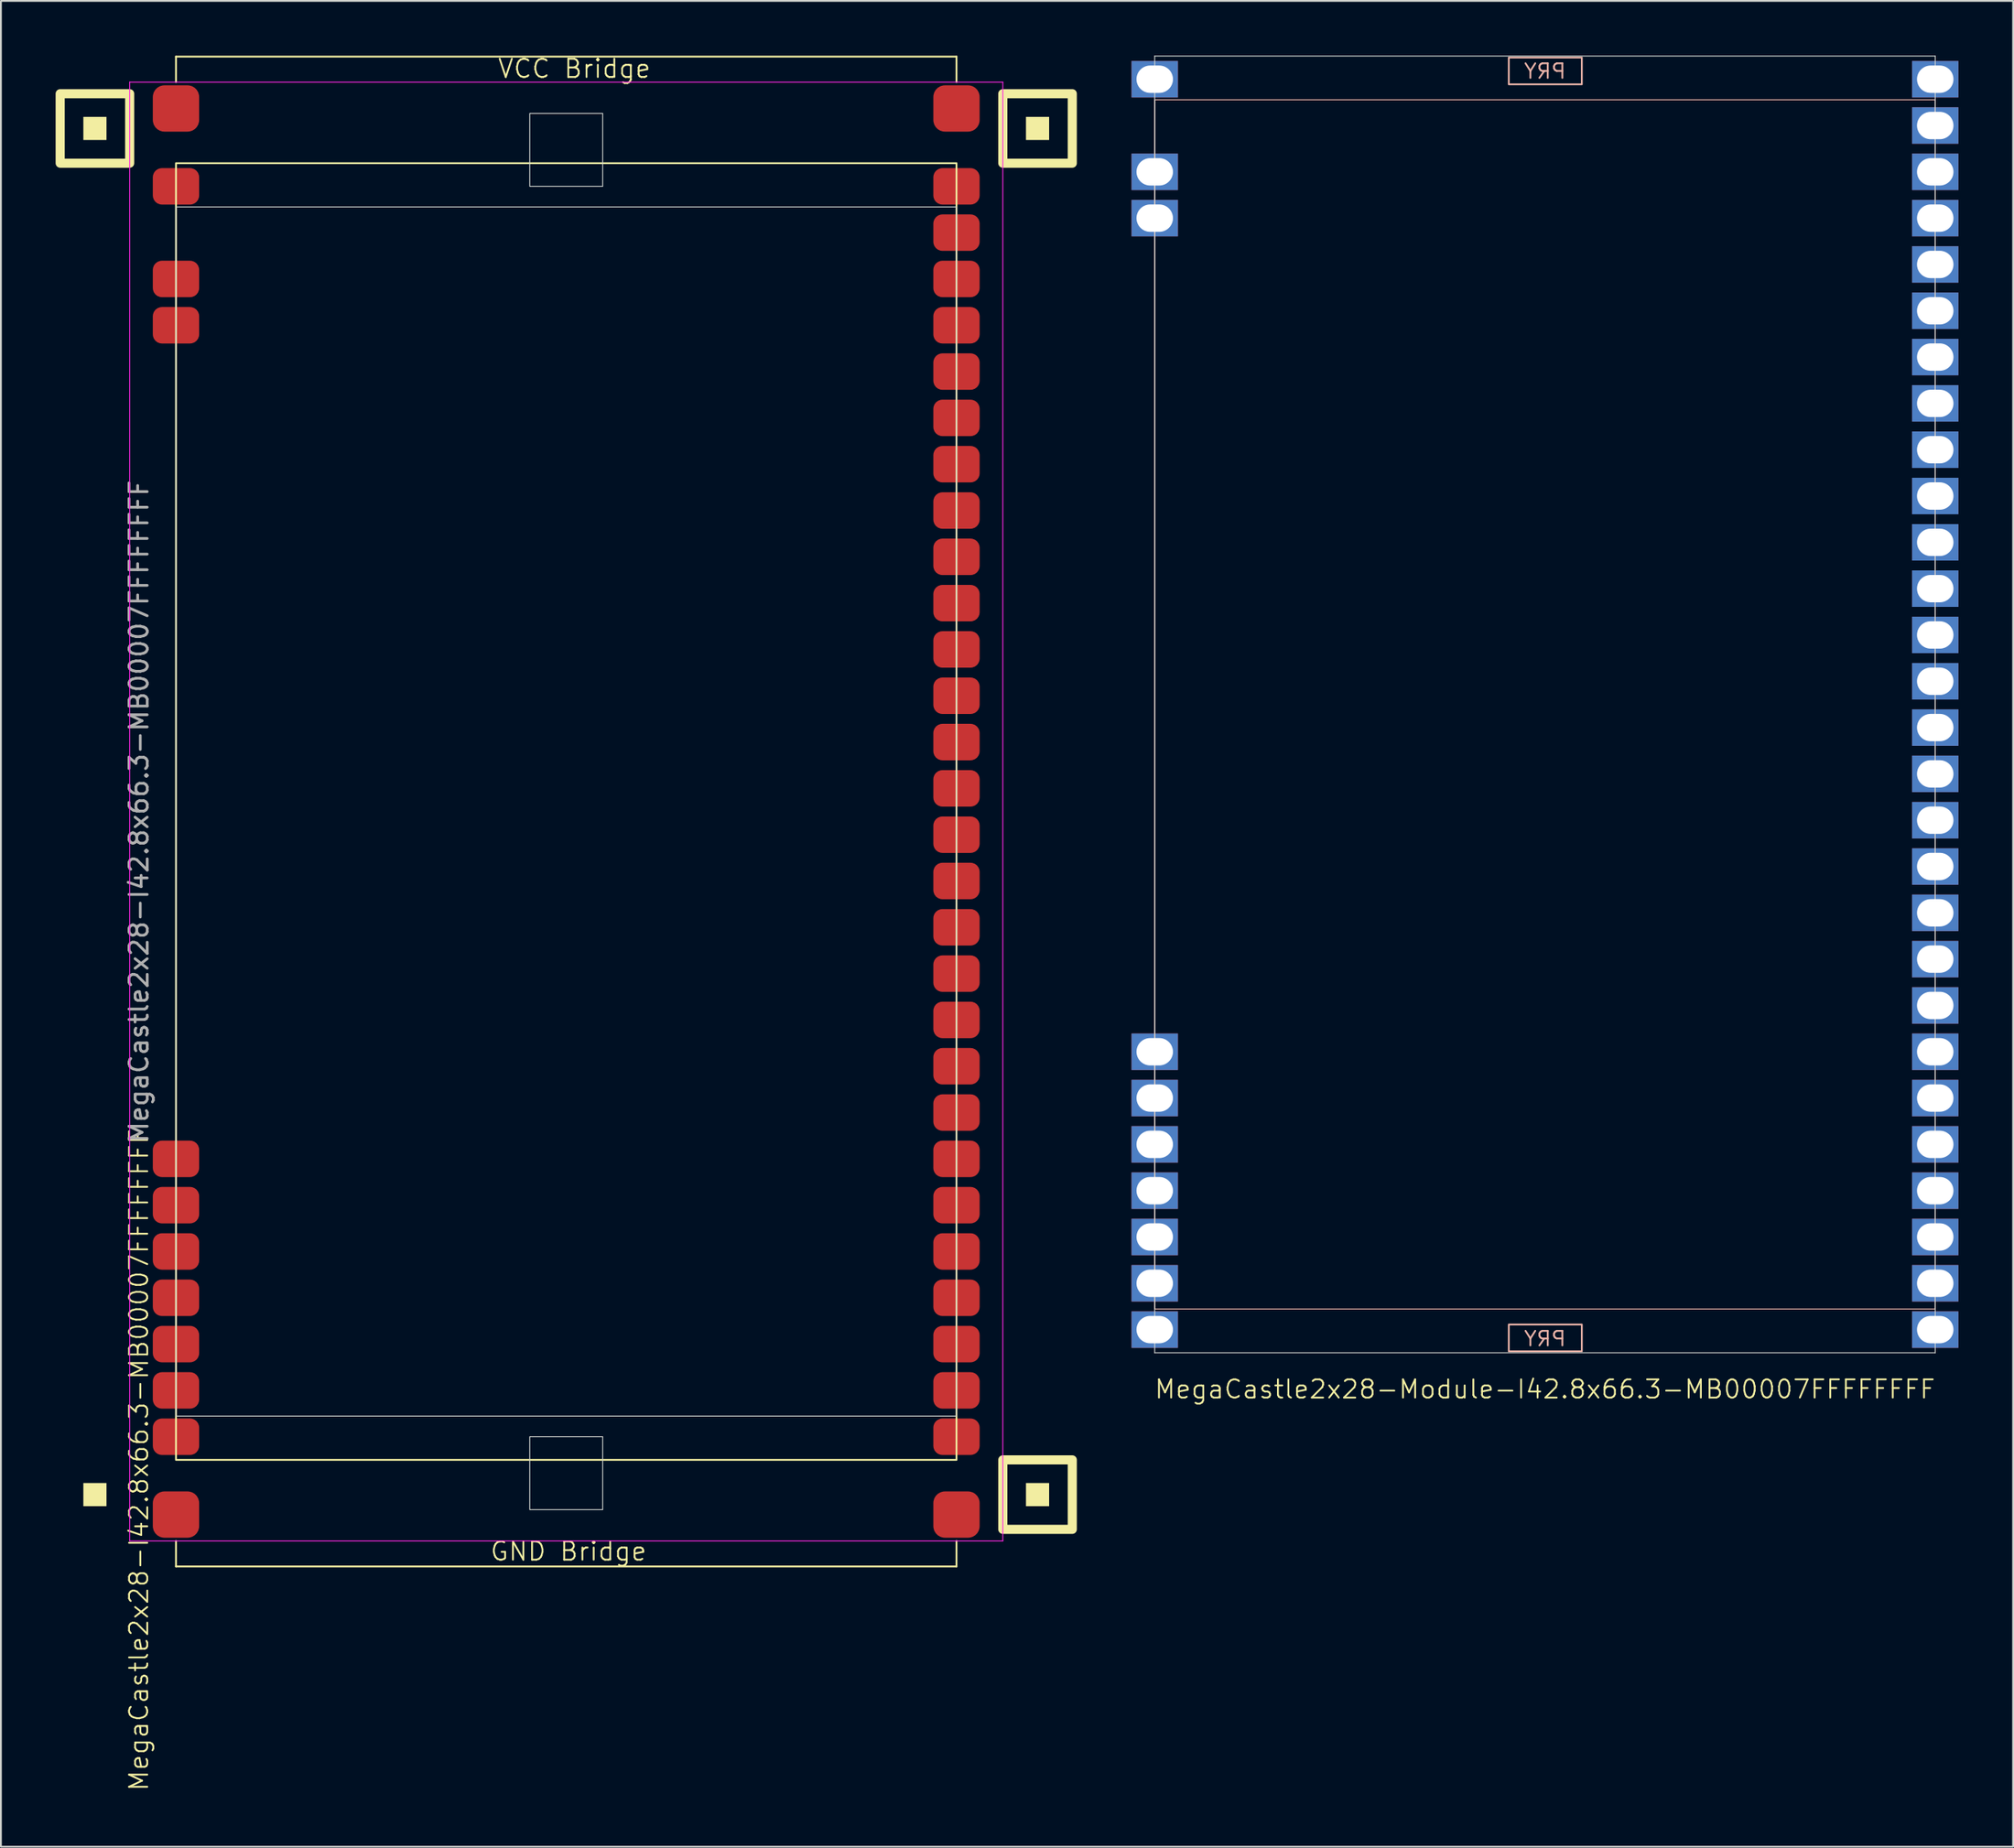
<source format=kicad_pcb>
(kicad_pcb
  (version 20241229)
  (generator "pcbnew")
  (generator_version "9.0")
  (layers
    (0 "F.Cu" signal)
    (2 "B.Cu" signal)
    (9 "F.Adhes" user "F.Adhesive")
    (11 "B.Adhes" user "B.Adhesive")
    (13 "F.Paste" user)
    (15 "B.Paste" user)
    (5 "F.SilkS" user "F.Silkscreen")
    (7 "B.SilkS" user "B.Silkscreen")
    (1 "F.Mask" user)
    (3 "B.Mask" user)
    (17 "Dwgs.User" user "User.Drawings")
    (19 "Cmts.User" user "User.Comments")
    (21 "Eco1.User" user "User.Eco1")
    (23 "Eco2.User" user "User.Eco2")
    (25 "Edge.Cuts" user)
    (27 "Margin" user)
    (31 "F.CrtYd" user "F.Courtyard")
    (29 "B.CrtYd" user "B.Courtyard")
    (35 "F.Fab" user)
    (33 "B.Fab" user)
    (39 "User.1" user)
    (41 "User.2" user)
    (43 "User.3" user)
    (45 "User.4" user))
  (footprint "MegaCastle2x28-Module-I42.8x66.3-MB00007FFFFFFFF"
    (layer "F.Cu")
    (at 81.67 35.585)
    (property "Reference" "MegaCastle2x28-Module-I42.8x66.3-MB00007FFFFFFFF" (at 0 37.56 0) (unlocked yes) (layer "F.SilkS") (effects (font (size 1 1) (thickness 0.1))))
    (attr smd)
    (fp_rect (start -21.4 33.16) (end 21.4 -33.16) (stroke (width 0.05) (type default)) (fill no) (layer "B.SilkS"))
    (fp_rect (start -1.984 -34.011) (end 2.02 -35.48) (stroke (width 0.1) (type default)) (fill no) (layer "B.SilkS"))
    (fp_rect (start -1.984 34.011) (end 2.02 35.48) (stroke (width 0.1) (type default)) (fill no) (layer "B.SilkS"))
    (fp_line (start -21.4 -35.56) (end -21.4 35.56) (stroke (width 0.05) (type default)) (layer "Edge.Cuts"))
    (fp_line (start -21.4 -35.56) (end 21.4 -35.56) (stroke (width 0.05) (type default)) (layer "Edge.Cuts"))
    (fp_line (start -21.4 35.56) (end 21.4 35.56) (stroke (width 0.05) (type default)) (layer "Edge.Cuts"))
    (fp_line (start 21.4 -35.56) (end 21.4 35.56) (stroke (width 0.05) (type default)) (layer "Edge.Cuts"))
    (fp_text user "PRY" (at 0 35.26 0) (unlocked yes) (layer "B.SilkS") (effects (font (size 0.8 0.8) (thickness 0.1)) (justify bottom mirror)))
    (fp_text user "PRY" (at 0 -34.26 0) (unlocked yes) (layer "B.SilkS") (effects (font (size 0.8 0.8) (thickness 0.1)) (justify bottom mirror)))
    (pad "1" thru_hole rect (at -21.4 -34.29) (size 2.54 2) (drill oval 2 1.5) (property pad_prop_castellated) (layers "*.Cu" "*.Mask"))
    (pad "3" thru_hole rect (at -21.4 -29.21) (size 2.54 2) (drill oval 2 1.5) (property pad_prop_castellated) (layers "*.Cu" "*.Mask"))
    (pad "4" thru_hole rect (at -21.4 -26.67) (size 2.54 2) (drill oval 2 1.5) (property pad_prop_castellated) (layers "*.Cu" "*.Mask"))
    (pad "22" thru_hole rect (at -21.4 19.05) (size 2.54 2) (drill oval 2 1.5) (property pad_prop_castellated) (layers "*.Cu" "*.Mask"))
    (pad "23" thru_hole rect (at -21.4 21.59) (size 2.54 2) (drill oval 2 1.5) (property pad_prop_castellated) (layers "*.Cu" "*.Mask"))
    (pad "24" thru_hole rect (at -21.4 24.13) (size 2.54 2) (drill oval 2 1.5) (property pad_prop_castellated) (layers "*.Cu" "*.Mask"))
    (pad "25" thru_hole rect (at -21.4 26.67) (size 2.54 2) (drill oval 2 1.5) (property pad_prop_castellated) (layers "*.Cu" "*.Mask"))
    (pad "26" thru_hole rect (at -21.4 29.21) (size 2.54 2) (drill oval 2 1.5) (property pad_prop_castellated) (layers "*.Cu" "*.Mask"))
    (pad "27" thru_hole rect (at -21.4 31.75) (size 2.54 2) (drill oval 2 1.5) (property pad_prop_castellated) (layers "*.Cu" "*.Mask"))
    (pad "28" thru_hole rect (at -21.4 34.29) (size 2.54 2) (drill oval 2 1.5) (property pad_prop_castellated) (layers "*.Cu" "*.Mask"))
    (pad "29" thru_hole rect (at 21.4 -34.29) (size 2.54 2) (drill oval 2 1.5) (property pad_prop_castellated) (layers "*.Cu" "*.Mask"))
    (pad "30" thru_hole rect (at 21.4 -31.75) (size 2.54 2) (drill oval 2 1.5) (property pad_prop_castellated) (layers "*.Cu" "*.Mask"))
    (pad "31" thru_hole rect (at 21.4 -29.21) (size 2.54 2) (drill oval 2 1.5) (property pad_prop_castellated) (layers "*.Cu" "*.Mask"))
    (pad "32" thru_hole rect (at 21.4 -26.67) (size 2.54 2) (drill oval 2 1.5) (property pad_prop_castellated) (layers "*.Cu" "*.Mask"))
    (pad "33" thru_hole rect (at 21.4 -24.13) (size 2.54 2) (drill oval 2 1.5) (property pad_prop_castellated) (layers "*.Cu" "*.Mask"))
    (pad "34" thru_hole rect (at 21.4 -21.59) (size 2.54 2) (drill oval 2 1.5) (property pad_prop_castellated) (layers "*.Cu" "*.Mask"))
    (pad "35" thru_hole rect (at 21.4 -19.05) (size 2.54 2) (drill oval 2 1.5) (property pad_prop_castellated) (layers "*.Cu" "*.Mask"))
    (pad "36" thru_hole rect (at 21.4 -16.51) (size 2.54 2) (drill oval 2 1.5) (property pad_prop_castellated) (layers "*.Cu" "*.Mask"))
    (pad "37" thru_hole rect (at 21.4 -13.97) (size 2.54 2) (drill oval 2 1.5) (property pad_prop_castellated) (layers "*.Cu" "*.Mask"))
    (pad "38" thru_hole rect (at 21.4 -11.43) (size 2.54 2) (drill oval 2 1.5) (property pad_prop_castellated) (layers "*.Cu" "*.Mask"))
    (pad "39" thru_hole rect (at 21.4 -8.89) (size 2.54 2) (drill oval 2 1.5) (property pad_prop_castellated) (layers "*.Cu" "*.Mask"))
    (pad "40" thru_hole rect (at 21.4 -6.35) (size 2.54 2) (drill oval 2 1.5) (property pad_prop_castellated) (layers "*.Cu" "*.Mask"))
    (pad "41" thru_hole rect (at 21.4 -3.81) (size 2.54 2) (drill oval 2 1.5) (property pad_prop_castellated) (layers "*.Cu" "*.Mask"))
    (pad "42" thru_hole rect (at 21.4 -1.27) (size 2.54 2) (drill oval 2 1.5) (property pad_prop_castellated) (layers "*.Cu" "*.Mask"))
    (pad "43" thru_hole rect (at 21.4 1.27) (size 2.54 2) (drill oval 2 1.5) (property pad_prop_castellated) (layers "*.Cu" "*.Mask"))
    (pad "44" thru_hole rect (at 21.4 3.81) (size 2.54 2) (drill oval 2 1.5) (property pad_prop_castellated) (layers "*.Cu" "*.Mask"))
    (pad "45" thru_hole rect (at 21.4 6.35) (size 2.54 2) (drill oval 2 1.5) (property pad_prop_castellated) (layers "*.Cu" "*.Mask"))
    (pad "46" thru_hole rect (at 21.4 8.89) (size 2.54 2) (drill oval 2 1.5) (property pad_prop_castellated) (layers "*.Cu" "*.Mask"))
    (pad "47" thru_hole rect (at 21.4 11.43) (size 2.54 2) (drill oval 2 1.5) (property pad_prop_castellated) (layers "*.Cu" "*.Mask"))
    (pad "48" thru_hole rect (at 21.4 13.97) (size 2.54 2) (drill oval 2 1.5) (property pad_prop_castellated) (layers "*.Cu" "*.Mask"))
    (pad "49" thru_hole rect (at 21.4 16.51) (size 2.54 2) (drill oval 2 1.5) (property pad_prop_castellated) (layers "*.Cu" "*.Mask"))
    (pad "50" thru_hole rect (at 21.4 19.05) (size 2.54 2) (drill oval 2 1.5) (property pad_prop_castellated) (layers "*.Cu" "*.Mask"))
    (pad "51" thru_hole rect (at 21.4 21.59) (size 2.54 2) (drill oval 2 1.5) (property pad_prop_castellated) (layers "*.Cu" "*.Mask"))
    (pad "52" thru_hole rect (at 21.4 24.13) (size 2.54 2) (drill oval 2 1.5) (property pad_prop_castellated) (layers "*.Cu" "*.Mask"))
    (pad "53" thru_hole rect (at 21.4 26.67) (size 2.54 2) (drill oval 2 1.5) (property pad_prop_castellated) (layers "*.Cu" "*.Mask"))
    (pad "54" thru_hole rect (at 21.4 29.21) (size 2.54 2) (drill oval 2 1.5) (property pad_prop_castellated) (layers "*.Cu" "*.Mask"))
    (pad "55" thru_hole rect (at 21.4 31.75) (size 2.54 2) (drill oval 2 1.5) (property pad_prop_castellated) (layers "*.Cu" "*.Mask"))
    (pad "56" thru_hole rect (at 21.4 34.29) (size 2.54 2) (drill oval 2 1.5) (property pad_prop_castellated) (layers "*.Cu" "*.Mask"))
    (zone (net_name "") (layer "B.Cu") (hatch edge 0.5) (connect_pads) (min_thickness 0.25) (filled_areas_thickness no) (keepout (tracks allowed) (vias allowed) (pads allowed) (copperpour allowed) (footprints not_allowed)) (placement (enabled no)) (fill) (polygon (pts (xy 60.27 71.145) (xy 60.27 0.025))))
    (zone (net_name "") (layer "B.Cu") (hatch edge 0.5) (connect_pads) (min_thickness 0.25) (filled_areas_thickness no) (keepout (tracks allowed) (vias allowed) (pads allowed) (copperpour allowed) (footprints not_allowed)) (placement (enabled no)) (fill) (polygon (pts (xy 103.07 71.145) (xy 103.07 0.025))))
    (zone (net_name "") (layer "B.Cu") (hatch edge 0.5) (connect_pads) (min_thickness 0.25) (filled_areas_thickness no) (keepout (tracks allowed) (vias allowed) (pads allowed) (copperpour allowed) (footprints not_allowed)) (placement (enabled no)) (fill) (polygon (pts (xy 60.27 0.025) (xy 60.27 2.425) (xy 103.07 2.425) (xy 103.07 0.025))))
    (zone (net_name "") (layer "B.Cu") (hatch edge 0.5) (connect_pads) (min_thickness 0.25) (filled_areas_thickness no) (keepout (tracks allowed) (vias allowed) (pads allowed) (copperpour allowed) (footprints not_allowed)) (placement (enabled no)) (fill) (polygon (pts (xy 60.27 71.145) (xy 60.27 68.745) (xy 103.07 68.745) (xy 103.07 71.145))))
    (zone (net_name "") (layer "B.Cu") (name "Upper Pry Zone") (hatch edge 0.5) (connect_pads) (min_thickness 0.25) (filled_areas_thickness no) (keepout (tracks not_allowed) (vias not_allowed) (pads not_allowed) (copperpour allowed) (footprints not_allowed)) (placement (enabled no)) (fill) (polygon (pts (xy 79.686 1.574) (xy 79.686 0.105) (xy 83.69 0.105) (xy 83.69 1.574))))
    (zone (net_name "") (layer "B.Cu") (name "Upper Pry Zone") (hatch edge 0.5) (connect_pads) (min_thickness 0.25) (filled_areas_thickness no) (keepout (tracks not_allowed) (vias not_allowed) (pads not_allowed) (copperpour allowed) (footprints not_allowed)) (placement (enabled no)) (fill) (polygon (pts (xy 79.686 69.596) (xy 79.686 71.065) (xy 83.69 71.065) (xy 83.69 69.596)))))
  (footprint "MegaCastle2x28-I42.8x66.3-MB00007FFFFFFFF"
    (layer "F.Cu")
    (at 28 41.46)
    (property "Reference" "MegaCastle2x28-I42.8x66.3-MB00007FFFFFFFF" (at -23.432 35.56 90) (unlocked yes) (layer "F.SilkS") (effects (font (size 1 1) (thickness 0.1))))
    (attr smd)
    (fp_line (start -21.4 -41.405) (end 21.4 -41.405) (stroke (width 0.1) (type default)) (layer "F.SilkS"))
    (fp_line (start -21.4 -40.005) (end -21.4 -41.405) (stroke (width 0.1) (type default)) (layer "F.SilkS"))
    (fp_line (start -21.4 40.005) (end -21.4 41.405) (stroke (width 0.1) (type default)) (layer "F.SilkS"))
    (fp_line (start -21.4 41.405) (end 21.4 41.405) (stroke (width 0.1) (type default)) (layer "F.SilkS"))
    (fp_line (start 21.4 -40.005) (end 21.4 -41.405) (stroke (width 0.1) (type default)) (layer "F.SilkS"))
    (fp_line (start 21.4 40.005) (end 21.4 41.405) (stroke (width 0.1) (type default)) (layer "F.SilkS"))
    (fp_rect (start -25.21 -36.83) (end -26.48 -38.1) (stroke (width 0) (type solid)) (fill yes) (layer "F.SilkS"))
    (fp_rect (start -25.21 38.1) (end -26.48 36.83) (stroke (width 0) (type solid)) (fill yes) (layer "F.SilkS"))
    (fp_rect (start -23.94 -35.56) (end -27.75 -39.37) (stroke (width 0.5) (type default)) (fill no) (layer "F.SilkS"))
    (fp_rect (start -21.4 -35.56) (end 21.4 35.56) (stroke (width 0.1) (type default)) (fill no) (layer "F.SilkS"))
    (fp_rect (start 26.48 -36.83) (end 25.21 -38.1) (stroke (width 0) (type solid)) (fill yes) (layer "F.SilkS"))
    (fp_rect (start 26.48 38.1) (end 25.21 36.83) (stroke (width 0) (type solid)) (fill yes) (layer "F.SilkS"))
    (fp_rect (start 27.75 -35.56) (end 23.94 -39.37) (stroke (width 0.5) (type default)) (fill no) (layer "F.SilkS"))
    (fp_rect (start 27.75 39.37) (end 23.94 35.56) (stroke (width 0.5) (type default)) (fill no) (layer "F.SilkS"))
    (fp_rect (start -21.4 -33.16) (end 21.4 33.16) (stroke (width 0.05) (type default)) (fill no) (layer "Edge.Cuts"))
    (fp_rect (start -2 -34.29) (end 2 -38.29) (stroke (width 0.05) (type default)) (fill no) (layer "Edge.Cuts"))
    (fp_rect (start -2 34.29) (end 2 38.29) (stroke (width 0.05) (type default)) (fill no) (layer "Edge.Cuts"))
    (fp_line (start -23.94 -40.005) (end -23.94 40.005) (stroke (width 0.05) (type default)) (layer "F.CrtYd"))
    (fp_line (start -23.94 40.005) (end 23.94 40.005) (stroke (width 0.05) (type default)) (layer "F.CrtYd"))
    (fp_line (start 23.94 -40.005) (end -23.94 -40.005) (stroke (width 0.05) (type default)) (layer "F.CrtYd"))
    (fp_line (start 23.94 -40.005) (end 23.94 40.005) (stroke (width 0.05) (type default)) (layer "F.CrtYd"))
    (fp_text user "VCC Bridge" (at -3.81 -40.16 0) (unlocked yes) (layer "F.SilkS") (effects (font (size 1 1) (thickness 0.1)) (justify left bottom)))
    (fp_text user "GND Bridge" (at -4.226 41.16 0) (unlocked yes) (layer "F.SilkS") (effects (font (size 1 1) (thickness 0.1)) (justify left bottom)))
    (fp_text user "${REFERENCE}" (at -23.432 0 90) (unlocked yes) (layer "F.Fab") (effects (font (size 1 1) (thickness 0.15))))
    (pad "1" smd roundrect (at -21.4 -34.29) (size 2.54 2) (layers "F.Cu" "F.Mask" "F.Paste") (roundrect_rratio 0.25))
    (pad "3" smd roundrect (at -21.4 -29.21) (size 2.54 2) (layers "F.Cu" "F.Mask" "F.Paste") (roundrect_rratio 0.25))
    (pad "4" smd roundrect (at -21.4 -26.67) (size 2.54 2) (layers "F.Cu" "F.Mask" "F.Paste") (roundrect_rratio 0.25))
    (pad "22" smd roundrect (at -21.4 19.05) (size 2.54 2) (layers "F.Cu" "F.Mask" "F.Paste") (roundrect_rratio 0.25))
    (pad "23" smd roundrect (at -21.4 21.59) (size 2.54 2) (layers "F.Cu" "F.Mask" "F.Paste") (roundrect_rratio 0.25))
    (pad "24" smd roundrect (at -21.4 24.13) (size 2.54 2) (layers "F.Cu" "F.Mask" "F.Paste") (roundrect_rratio 0.25))
    (pad "25" smd roundrect (at -21.4 26.67) (size 2.54 2) (layers "F.Cu" "F.Mask" "F.Paste") (roundrect_rratio 0.25))
    (pad "26" smd roundrect (at -21.4 29.21) (size 2.54 2) (layers "F.Cu" "F.Mask" "F.Paste") (roundrect_rratio 0.25))
    (pad "27" smd roundrect (at -21.4 31.75) (size 2.54 2) (layers "F.Cu" "F.Mask" "F.Paste") (roundrect_rratio 0.25))
    (pad "28" smd roundrect (at -21.4 34.29) (size 2.54 2) (layers "F.Cu" "F.Mask" "F.Paste") (roundrect_rratio 0.25))
    (pad "29" smd roundrect (at 21.4 -34.29) (size 2.54 2) (layers "F.Cu" "F.Mask" "F.Paste") (roundrect_rratio 0.25))
    (pad "30" smd roundrect (at 21.4 -31.75) (size 2.54 2) (layers "F.Cu" "F.Mask" "F.Paste") (roundrect_rratio 0.25))
    (pad "31" smd roundrect (at 21.4 -29.21) (size 2.54 2) (layers "F.Cu" "F.Mask" "F.Paste") (roundrect_rratio 0.25))
    (pad "32" smd roundrect (at 21.4 -26.67) (size 2.54 2) (layers "F.Cu" "F.Mask" "F.Paste") (roundrect_rratio 0.25))
    (pad "33" smd roundrect (at 21.4 -24.13) (size 2.54 2) (layers "F.Cu" "F.Mask" "F.Paste") (roundrect_rratio 0.25))
    (pad "34" smd roundrect (at 21.4 -21.59) (size 2.54 2) (layers "F.Cu" "F.Mask" "F.Paste") (roundrect_rratio 0.25))
    (pad "35" smd roundrect (at 21.4 -19.05) (size 2.54 2) (layers "F.Cu" "F.Mask" "F.Paste") (roundrect_rratio 0.25))
    (pad "36" smd roundrect (at 21.4 -16.51) (size 2.54 2) (layers "F.Cu" "F.Mask" "F.Paste") (roundrect_rratio 0.25))
    (pad "37" smd roundrect (at 21.4 -13.97) (size 2.54 2) (layers "F.Cu" "F.Mask" "F.Paste") (roundrect_rratio 0.25))
    (pad "38" smd roundrect (at 21.4 -11.43) (size 2.54 2) (layers "F.Cu" "F.Mask" "F.Paste") (roundrect_rratio 0.25))
    (pad "39" smd roundrect (at 21.4 -8.89) (size 2.54 2) (layers "F.Cu" "F.Mask" "F.Paste") (roundrect_rratio 0.25))
    (pad "40" smd roundrect (at 21.4 -6.35) (size 2.54 2) (layers "F.Cu" "F.Mask" "F.Paste") (roundrect_rratio 0.25))
    (pad "41" smd roundrect (at 21.4 -3.81) (size 2.54 2) (layers "F.Cu" "F.Mask" "F.Paste") (roundrect_rratio 0.25))
    (pad "42" smd roundrect (at 21.4 -1.27) (size 2.54 2) (layers "F.Cu" "F.Mask" "F.Paste") (roundrect_rratio 0.25))
    (pad "43" smd roundrect (at 21.4 1.27) (size 2.54 2) (layers "F.Cu" "F.Mask" "F.Paste") (roundrect_rratio 0.25))
    (pad "44" smd roundrect (at 21.4 3.81) (size 2.54 2) (layers "F.Cu" "F.Mask" "F.Paste") (roundrect_rratio 0.25))
    (pad "45" smd roundrect (at 21.4 6.35) (size 2.54 2) (layers "F.Cu" "F.Mask" "F.Paste") (roundrect_rratio 0.25))
    (pad "46" smd roundrect (at 21.4 8.89) (size 2.54 2) (layers "F.Cu" "F.Mask" "F.Paste") (roundrect_rratio 0.25))
    (pad "47" smd roundrect (at 21.4 11.43) (size 2.54 2) (layers "F.Cu" "F.Mask" "F.Paste") (roundrect_rratio 0.25))
    (pad "48" smd roundrect (at 21.4 13.97) (size 2.54 2) (layers "F.Cu" "F.Mask" "F.Paste") (roundrect_rratio 0.25))
    (pad "49" smd roundrect (at 21.4 16.51) (size 2.54 2) (layers "F.Cu" "F.Mask" "F.Paste") (roundrect_rratio 0.25))
    (pad "50" smd roundrect (at 21.4 19.05) (size 2.54 2) (layers "F.Cu" "F.Mask" "F.Paste") (roundrect_rratio 0.25))
    (pad "51" smd roundrect (at 21.4 21.59) (size 2.54 2) (layers "F.Cu" "F.Mask" "F.Paste") (roundrect_rratio 0.25))
    (pad "52" smd roundrect (at 21.4 24.13) (size 2.54 2) (layers "F.Cu" "F.Mask" "F.Paste") (roundrect_rratio 0.25))
    (pad "53" smd roundrect (at 21.4 26.67) (size 2.54 2) (layers "F.Cu" "F.Mask" "F.Paste") (roundrect_rratio 0.25))
    (pad "54" smd roundrect (at 21.4 29.21) (size 2.54 2) (layers "F.Cu" "F.Mask" "F.Paste") (roundrect_rratio 0.25))
    (pad "55" smd roundrect (at 21.4 31.75) (size 2.54 2) (layers "F.Cu" "F.Mask" "F.Paste") (roundrect_rratio 0.25))
    (pad "56" smd roundrect (at 21.4 34.29) (size 2.54 2) (layers "F.Cu" "F.Mask" "F.Paste") (roundrect_rratio 0.25))
    (pad "A1" smd roundrect (at -21.4 -38.56) (size 2.54 2.54) (layers "F.Cu" "F.Mask" "F.Paste") (roundrect_rratio 0.25))
    (pad "A2" smd roundrect (at 21.4 -38.56) (size 2.54 2.54) (layers "F.Cu" "F.Mask" "F.Paste") (roundrect_rratio 0.25))
    (pad "B1" smd roundrect (at -21.4 38.56) (size 2.54 2.54) (layers "F.Cu" "F.Mask" "F.Paste") (roundrect_rratio 0.25))
    (pad "B2" smd roundrect (at 21.4 38.56) (size 2.54 2.54) (layers "F.Cu" "F.Mask" "F.Paste") (roundrect_rratio 0.25)))
  (gr_rect
    (start -3 -3)
    (end 107.34 98.237)
    (stroke (width 0.1) (type default))
    (fill no)
    (layer "Edge.Cuts")))
</source>
